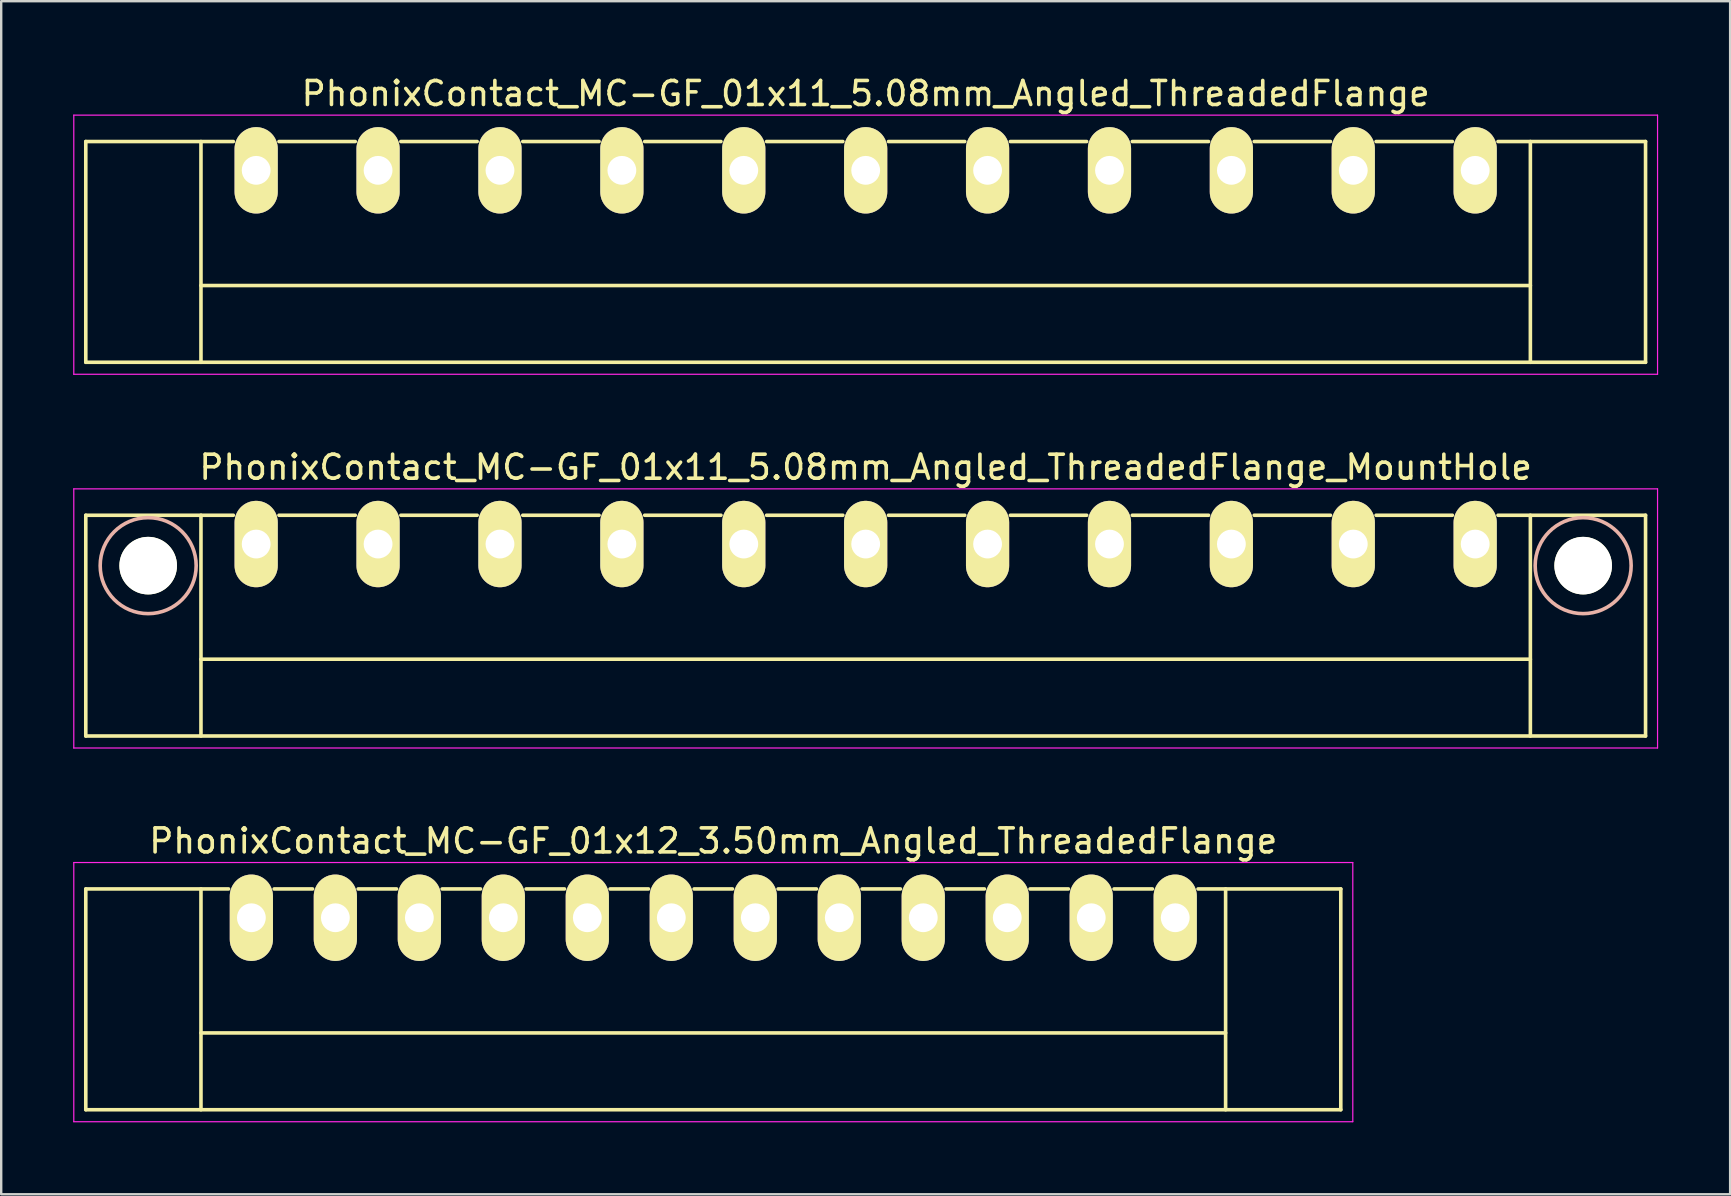
<source format=kicad_pcb>
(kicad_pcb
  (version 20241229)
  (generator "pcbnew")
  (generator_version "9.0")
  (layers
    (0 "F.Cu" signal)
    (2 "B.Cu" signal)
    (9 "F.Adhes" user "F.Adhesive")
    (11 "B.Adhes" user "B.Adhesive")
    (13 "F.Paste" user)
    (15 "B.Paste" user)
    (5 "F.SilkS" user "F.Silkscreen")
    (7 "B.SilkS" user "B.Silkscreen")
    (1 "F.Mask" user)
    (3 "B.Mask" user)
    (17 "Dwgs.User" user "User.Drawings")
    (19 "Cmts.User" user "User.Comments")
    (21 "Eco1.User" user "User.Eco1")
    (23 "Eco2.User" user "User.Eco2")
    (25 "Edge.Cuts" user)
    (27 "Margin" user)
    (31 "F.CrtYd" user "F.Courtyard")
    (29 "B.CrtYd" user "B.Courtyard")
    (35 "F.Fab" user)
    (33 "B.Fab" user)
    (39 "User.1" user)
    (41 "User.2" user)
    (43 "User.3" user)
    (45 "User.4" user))
  (footprint "PhonixContact_MC-GF_01x12_3.50mm_Angled_ThreadedFlange"
    (layer "F.Cu")
    (at 7.425 35.195)
    (property "Reference" "PhonixContact_MC-GF_01x12_3.50mm_Angled_ThreadedFlange" (at 19.25 -3.2 0) (layer "F.SilkS") (effects (font (size 1 1) (thickness 0.15))))
    (attr through_hole)
    (fp_line (start -6.9 -1.2) (end -6.9 8) (stroke (width 0.15) (type solid)) (layer "F.SilkS"))
    (fp_line (start -6.9 -1.2) (end -0.95 -1.2) (stroke (width 0.15) (type solid)) (layer "F.SilkS"))
    (fp_line (start -6.9 8) (end 45.4 8) (stroke (width 0.15) (type solid)) (layer "F.SilkS"))
    (fp_line (start -2.1 -1.2) (end -2.1 8) (stroke (width 0.15) (type solid)) (layer "F.SilkS"))
    (fp_line (start -2.1 4.8) (end 40.6 4.8) (stroke (width 0.15) (type solid)) (layer "F.SilkS"))
    (fp_line (start 0.95 -1.2) (end 2.55 -1.2) (stroke (width 0.15) (type solid)) (layer "F.SilkS"))
    (fp_line (start 4.45 -1.2) (end 6.05 -1.2) (stroke (width 0.15) (type solid)) (layer "F.SilkS"))
    (fp_line (start 7.95 -1.2) (end 9.55 -1.2) (stroke (width 0.15) (type solid)) (layer "F.SilkS"))
    (fp_line (start 11.45 -1.2) (end 13.05 -1.2) (stroke (width 0.15) (type solid)) (layer "F.SilkS"))
    (fp_line (start 14.95 -1.2) (end 16.55 -1.2) (stroke (width 0.15) (type solid)) (layer "F.SilkS"))
    (fp_line (start 18.45 -1.2) (end 20.05 -1.2) (stroke (width 0.15) (type solid)) (layer "F.SilkS"))
    (fp_line (start 21.95 -1.2) (end 23.55 -1.2) (stroke (width 0.15) (type solid)) (layer "F.SilkS"))
    (fp_line (start 25.45 -1.2) (end 27.05 -1.2) (stroke (width 0.15) (type solid)) (layer "F.SilkS"))
    (fp_line (start 28.95 -1.2) (end 30.55 -1.2) (stroke (width 0.15) (type solid)) (layer "F.SilkS"))
    (fp_line (start 32.45 -1.2) (end 34.05 -1.2) (stroke (width 0.15) (type solid)) (layer "F.SilkS"))
    (fp_line (start 35.95 -1.2) (end 37.55 -1.2) (stroke (width 0.15) (type solid)) (layer "F.SilkS"))
    (fp_line (start 40.6 -1.2) (end 40.6 8) (stroke (width 0.15) (type solid)) (layer "F.SilkS"))
    (fp_line (start 45.4 -1.2) (end 39.45 -1.2) (stroke (width 0.15) (type solid)) (layer "F.SilkS"))
    (fp_line (start 45.4 8) (end 45.4 -1.2) (stroke (width 0.15) (type solid)) (layer "F.SilkS"))
    (fp_line (start -7.4 -2.3) (end -7.4 8.5) (stroke (width 0.05) (type solid)) (layer "F.CrtYd"))
    (fp_line (start -7.4 8.5) (end 45.9 8.5) (stroke (width 0.05) (type solid)) (layer "F.CrtYd"))
    (fp_line (start 45.9 -2.3) (end -7.4 -2.3) (stroke (width 0.05) (type solid)) (layer "F.CrtYd"))
    (fp_line (start 45.9 8.5) (end 45.9 -2.3) (stroke (width 0.05) (type solid)) (layer "F.CrtYd"))
    (pad "1" thru_hole oval (at 0 0) (size 1.8 3.6) (drill 1.2) (layers "*.Cu" "*.Mask" "F.SilkS"))
    (pad "2" thru_hole oval (at 3.5 0) (size 1.8 3.6) (drill 1.2) (layers "*.Cu" "*.Mask" "F.SilkS"))
    (pad "3" thru_hole oval (at 7 0) (size 1.8 3.6) (drill 1.2) (layers "*.Cu" "*.Mask" "F.SilkS"))
    (pad "4" thru_hole oval (at 10.5 0) (size 1.8 3.6) (drill 1.2) (layers "*.Cu" "*.Mask" "F.SilkS"))
    (pad "5" thru_hole oval (at 14 0) (size 1.8 3.6) (drill 1.2) (layers "*.Cu" "*.Mask" "F.SilkS"))
    (pad "6" thru_hole oval (at 17.5 0) (size 1.8 3.6) (drill 1.2) (layers "*.Cu" "*.Mask" "F.SilkS"))
    (pad "7" thru_hole oval (at 21 0) (size 1.8 3.6) (drill 1.2) (layers "*.Cu" "*.Mask" "F.SilkS"))
    (pad "8" thru_hole oval (at 24.5 0) (size 1.8 3.6) (drill 1.2) (layers "*.Cu" "*.Mask" "F.SilkS"))
    (pad "9" thru_hole oval (at 28 0) (size 1.8 3.6) (drill 1.2) (layers "*.Cu" "*.Mask" "F.SilkS"))
    (pad "10" thru_hole oval (at 31.5 0) (size 1.8 3.6) (drill 1.2) (layers "*.Cu" "*.Mask" "F.SilkS"))
    (pad "11" thru_hole oval (at 35 0) (size 1.8 3.6) (drill 1.2) (layers "*.Cu" "*.Mask" "F.SilkS"))
    (pad "12" thru_hole oval (at 38.5 0) (size 1.8 3.6) (drill 1.2) (layers "*.Cu" "*.Mask" "F.SilkS")))
  (footprint "PhonixContact_MC-GF_01x11_5.08mm_Angled_ThreadedFlange_MountHole"
    (layer "F.Cu")
    (at 7.625 19.622)
    (property "Reference" "PhonixContact_MC-GF_01x11_5.08mm_Angled_ThreadedFlange_MountHole" (at 25.4 -3.2 0) (layer "F.SilkS") (effects (font (size 1 1) (thickness 0.15))))
    (attr through_hole)
    (fp_line (start -7.1 -1.2) (end -7.1 8) (stroke (width 0.15) (type solid)) (layer "F.SilkS"))
    (fp_line (start -7.1 -1.2) (end -0.95 -1.2) (stroke (width 0.15) (type solid)) (layer "F.SilkS"))
    (fp_line (start -7.1 8) (end 57.9 8) (stroke (width 0.15) (type solid)) (layer "F.SilkS"))
    (fp_line (start -2.3 -1.2) (end -2.3 8) (stroke (width 0.15) (type solid)) (layer "F.SilkS"))
    (fp_line (start -2.3 4.8) (end 53.1 4.8) (stroke (width 0.15) (type solid)) (layer "F.SilkS"))
    (fp_line (start 0.95 -1.2) (end 4.13 -1.2) (stroke (width 0.15) (type solid)) (layer "F.SilkS"))
    (fp_line (start 6.03 -1.2) (end 9.21 -1.2) (stroke (width 0.15) (type solid)) (layer "F.SilkS"))
    (fp_line (start 11.11 -1.2) (end 14.29 -1.2) (stroke (width 0.15) (type solid)) (layer "F.SilkS"))
    (fp_line (start 16.19 -1.2) (end 19.37 -1.2) (stroke (width 0.15) (type solid)) (layer "F.SilkS"))
    (fp_line (start 21.27 -1.2) (end 24.45 -1.2) (stroke (width 0.15) (type solid)) (layer "F.SilkS"))
    (fp_line (start 26.35 -1.2) (end 29.53 -1.2) (stroke (width 0.15) (type solid)) (layer "F.SilkS"))
    (fp_line (start 31.43 -1.2) (end 34.61 -1.2) (stroke (width 0.15) (type solid)) (layer "F.SilkS"))
    (fp_line (start 36.51 -1.2) (end 39.69 -1.2) (stroke (width 0.15) (type solid)) (layer "F.SilkS"))
    (fp_line (start 41.59 -1.2) (end 44.77 -1.2) (stroke (width 0.15) (type solid)) (layer "F.SilkS"))
    (fp_line (start 46.67 -1.2) (end 49.85 -1.2) (stroke (width 0.15) (type solid)) (layer "F.SilkS"))
    (fp_line (start 53.1 -1.2) (end 53.1 8) (stroke (width 0.15) (type solid)) (layer "F.SilkS"))
    (fp_line (start 57.9 -1.2) (end 51.75 -1.2) (stroke (width 0.15) (type solid)) (layer "F.SilkS"))
    (fp_line (start 57.9 8) (end 57.9 -1.2) (stroke (width 0.15) (type solid)) (layer "F.SilkS"))
    (fp_circle (center -4.5 0.9) (end -2.5 0.9) (stroke (width 0.15) (type solid)) (fill no) (layer "B.SilkS"))
    (fp_circle (center 55.3 0.9) (end 57.3 0.9) (stroke (width 0.15) (type solid)) (fill no) (layer "B.SilkS"))
    (fp_line (start -7.6 -2.3) (end -7.6 8.5) (stroke (width 0.05) (type solid)) (layer "F.CrtYd"))
    (fp_line (start -7.6 8.5) (end 58.4 8.5) (stroke (width 0.05) (type solid)) (layer "F.CrtYd"))
    (fp_line (start 58.4 -2.3) (end -7.6 -2.3) (stroke (width 0.05) (type solid)) (layer "F.CrtYd"))
    (fp_line (start 58.4 8.5) (end 58.4 -2.3) (stroke (width 0.05) (type solid)) (layer "F.CrtYd"))
    (pad "" np_thru_hole circle (at -4.5 0.9) (size 2.4 2.4) (drill 2.4) (layers "*.Cu" "*.Mask" "F.SilkS"))
    (pad "" np_thru_hole circle (at 55.3 0.9) (size 2.4 2.4) (drill 2.4) (layers "*.Cu" "*.Mask" "F.SilkS"))
    (pad "1" thru_hole oval (at 0 0) (size 1.8 3.6) (drill 1.2) (layers "*.Cu" "*.Mask" "F.SilkS"))
    (pad "2" thru_hole oval (at 5.08 0) (size 1.8 3.6) (drill 1.2) (layers "*.Cu" "*.Mask" "F.SilkS"))
    (pad "3" thru_hole oval (at 10.16 0) (size 1.8 3.6) (drill 1.2) (layers "*.Cu" "*.Mask" "F.SilkS"))
    (pad "4" thru_hole oval (at 15.24 0) (size 1.8 3.6) (drill 1.2) (layers "*.Cu" "*.Mask" "F.SilkS"))
    (pad "5" thru_hole oval (at 20.32 0) (size 1.8 3.6) (drill 1.2) (layers "*.Cu" "*.Mask" "F.SilkS"))
    (pad "6" thru_hole oval (at 25.4 0) (size 1.8 3.6) (drill 1.2) (layers "*.Cu" "*.Mask" "F.SilkS"))
    (pad "7" thru_hole oval (at 30.48 0) (size 1.8 3.6) (drill 1.2) (layers "*.Cu" "*.Mask" "F.SilkS"))
    (pad "8" thru_hole oval (at 35.56 0) (size 1.8 3.6) (drill 1.2) (layers "*.Cu" "*.Mask" "F.SilkS"))
    (pad "9" thru_hole oval (at 40.64 0) (size 1.8 3.6) (drill 1.2) (layers "*.Cu" "*.Mask" "F.SilkS"))
    (pad "10" thru_hole oval (at 45.72 0) (size 1.8 3.6) (drill 1.2) (layers "*.Cu" "*.Mask" "F.SilkS"))
    (pad "11" thru_hole oval (at 50.8 0) (size 1.8 3.6) (drill 1.2) (layers "*.Cu" "*.Mask" "F.SilkS")))
  (footprint "PhonixContact_MC-GF_01x11_5.08mm_Angled_ThreadedFlange"
    (layer "F.Cu")
    (at 7.625 4.048)
    (property "Reference" "PhonixContact_MC-GF_01x11_5.08mm_Angled_ThreadedFlange" (at 25.4 -3.2 0) (layer "F.SilkS") (effects (font (size 1 1) (thickness 0.15))))
    (attr through_hole)
    (fp_line (start -7.1 -1.2) (end -7.1 8) (stroke (width 0.15) (type solid)) (layer "F.SilkS"))
    (fp_line (start -7.1 -1.2) (end -0.95 -1.2) (stroke (width 0.15) (type solid)) (layer "F.SilkS"))
    (fp_line (start -7.1 8) (end 57.9 8) (stroke (width 0.15) (type solid)) (layer "F.SilkS"))
    (fp_line (start -2.3 -1.2) (end -2.3 8) (stroke (width 0.15) (type solid)) (layer "F.SilkS"))
    (fp_line (start -2.3 4.8) (end 53.1 4.8) (stroke (width 0.15) (type solid)) (layer "F.SilkS"))
    (fp_line (start 0.95 -1.2) (end 4.13 -1.2) (stroke (width 0.15) (type solid)) (layer "F.SilkS"))
    (fp_line (start 6.03 -1.2) (end 9.21 -1.2) (stroke (width 0.15) (type solid)) (layer "F.SilkS"))
    (fp_line (start 11.11 -1.2) (end 14.29 -1.2) (stroke (width 0.15) (type solid)) (layer "F.SilkS"))
    (fp_line (start 16.19 -1.2) (end 19.37 -1.2) (stroke (width 0.15) (type solid)) (layer "F.SilkS"))
    (fp_line (start 21.27 -1.2) (end 24.45 -1.2) (stroke (width 0.15) (type solid)) (layer "F.SilkS"))
    (fp_line (start 26.35 -1.2) (end 29.53 -1.2) (stroke (width 0.15) (type solid)) (layer "F.SilkS"))
    (fp_line (start 31.43 -1.2) (end 34.61 -1.2) (stroke (width 0.15) (type solid)) (layer "F.SilkS"))
    (fp_line (start 36.51 -1.2) (end 39.69 -1.2) (stroke (width 0.15) (type solid)) (layer "F.SilkS"))
    (fp_line (start 41.59 -1.2) (end 44.77 -1.2) (stroke (width 0.15) (type solid)) (layer "F.SilkS"))
    (fp_line (start 46.67 -1.2) (end 49.85 -1.2) (stroke (width 0.15) (type solid)) (layer "F.SilkS"))
    (fp_line (start 53.1 -1.2) (end 53.1 8) (stroke (width 0.15) (type solid)) (layer "F.SilkS"))
    (fp_line (start 57.9 -1.2) (end 51.75 -1.2) (stroke (width 0.15) (type solid)) (layer "F.SilkS"))
    (fp_line (start 57.9 8) (end 57.9 -1.2) (stroke (width 0.15) (type solid)) (layer "F.SilkS"))
    (fp_line (start -7.6 -2.3) (end -7.6 8.5) (stroke (width 0.05) (type solid)) (layer "F.CrtYd"))
    (fp_line (start -7.6 8.5) (end 58.4 8.5) (stroke (width 0.05) (type solid)) (layer "F.CrtYd"))
    (fp_line (start 58.4 -2.3) (end -7.6 -2.3) (stroke (width 0.05) (type solid)) (layer "F.CrtYd"))
    (fp_line (start 58.4 8.5) (end 58.4 -2.3) (stroke (width 0.05) (type solid)) (layer "F.CrtYd"))
    (pad "1" thru_hole oval (at 0 0) (size 1.8 3.6) (drill 1.2) (layers "*.Cu" "*.Mask" "F.SilkS"))
    (pad "2" thru_hole oval (at 5.08 0) (size 1.8 3.6) (drill 1.2) (layers "*.Cu" "*.Mask" "F.SilkS"))
    (pad "3" thru_hole oval (at 10.16 0) (size 1.8 3.6) (drill 1.2) (layers "*.Cu" "*.Mask" "F.SilkS"))
    (pad "4" thru_hole oval (at 15.24 0) (size 1.8 3.6) (drill 1.2) (layers "*.Cu" "*.Mask" "F.SilkS"))
    (pad "5" thru_hole oval (at 20.32 0) (size 1.8 3.6) (drill 1.2) (layers "*.Cu" "*.Mask" "F.SilkS"))
    (pad "6" thru_hole oval (at 25.4 0) (size 1.8 3.6) (drill 1.2) (layers "*.Cu" "*.Mask" "F.SilkS"))
    (pad "7" thru_hole oval (at 30.48 0) (size 1.8 3.6) (drill 1.2) (layers "*.Cu" "*.Mask" "F.SilkS"))
    (pad "8" thru_hole oval (at 35.56 0) (size 1.8 3.6) (drill 1.2) (layers "*.Cu" "*.Mask" "F.SilkS"))
    (pad "9" thru_hole oval (at 40.64 0) (size 1.8 3.6) (drill 1.2) (layers "*.Cu" "*.Mask" "F.SilkS"))
    (pad "10" thru_hole oval (at 45.72 0) (size 1.8 3.6) (drill 1.2) (layers "*.Cu" "*.Mask" "F.SilkS"))
    (pad "11" thru_hole oval (at 50.8 0) (size 1.8 3.6) (drill 1.2) (layers "*.Cu" "*.Mask" "F.SilkS")))
  (gr_rect
    (start -3 -3)
    (end 69.05 46.72)
    (stroke (width 0.1) (type default))
    (fill no)
    (layer "Edge.Cuts")))
</source>
